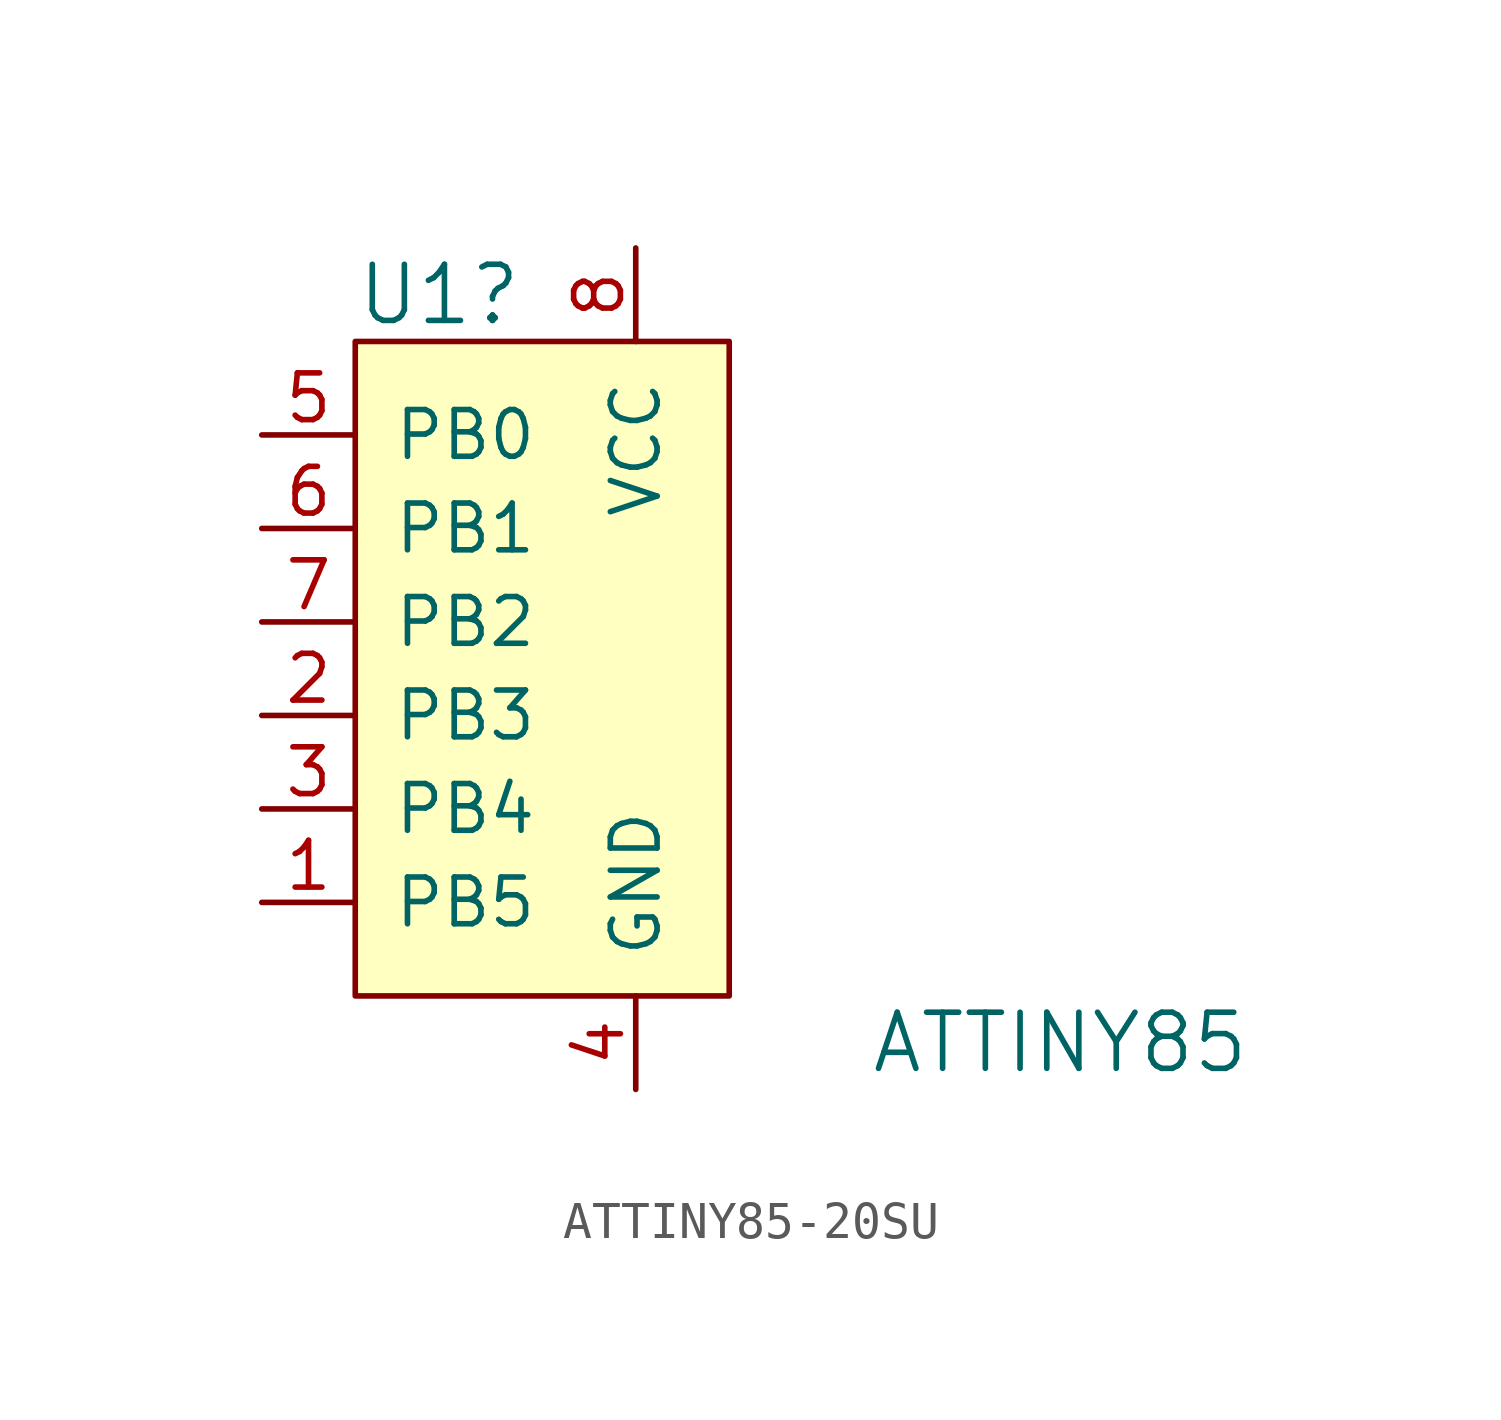
<source format=kicad_sym>
(kicad_symbol_lib
  (version 20211014)
  (generator kicad_symbol_editor)
  (symbol "ATTINY85-20SU"
    (pin_names
      (offset 1.016))
    (property "Reference" "U1"
      (at -5.08 6.35 0)
      (effects (font (size 1.524 1.524)) (justify left)))
    (property "Value" "ATTINY85"
      (at 8.89 -13.97 0)
      (effects (font (size 1.524 1.524)) (justify left)))
    (symbol "ATTINY85-20SU_0_1"
      (rectangle (start -5.08 5.08) (end 5.08 -12.7) (stroke (width 0) (type default) (color 0 0 0 0)) (fill (type background))))
    (symbol "ATTINY85-20SU_1_1"
      (pin bidirectional line (at -7.62 -10.16 0) (length 2.54) (name "PB5" (effects (font (size 1.27 1.27)))) (number "1" (effects (font (size 1.27 1.27)))))
      (pin bidirectional line (at -7.62 -5.08 0) (length 2.54) (name "PB3" (effects (font (size 1.27 1.27)))) (number "2" (effects (font (size 1.27 1.27)))))
      (pin bidirectional line (at -7.62 -7.62 0) (length 2.54) (name "PB4" (effects (font (size 1.27 1.27)))) (number "3" (effects (font (size 1.27 1.27)))))
      (pin power_out line (at 2.54 -15.24 90) (length 2.54) (name "GND" (effects (font (size 1.27 1.27)))) (number "4" (effects (font (size 1.27 1.27)))))
      (pin bidirectional line (at -7.62 2.54 0) (length 2.54) (name "PB0" (effects (font (size 1.27 1.27)))) (number "5" (effects (font (size 1.27 1.27)))))
      (pin bidirectional line (at -7.62 0 0) (length 2.54) (name "PB1" (effects (font (size 1.27 1.27)))) (number "6" (effects (font (size 1.27 1.27)))))
      (pin bidirectional line (at -7.62 -2.54 0) (length 2.54) (name "PB2" (effects (font (size 1.27 1.27)))) (number "7" (effects (font (size 1.27 1.27)))))
      (pin power_in line (at 2.54 7.62 270) (length 2.54) (name "VCC" (effects (font (size 1.27 1.27)))) (number "8" (effects (font (size 1.27 1.27))))))))
</source>
